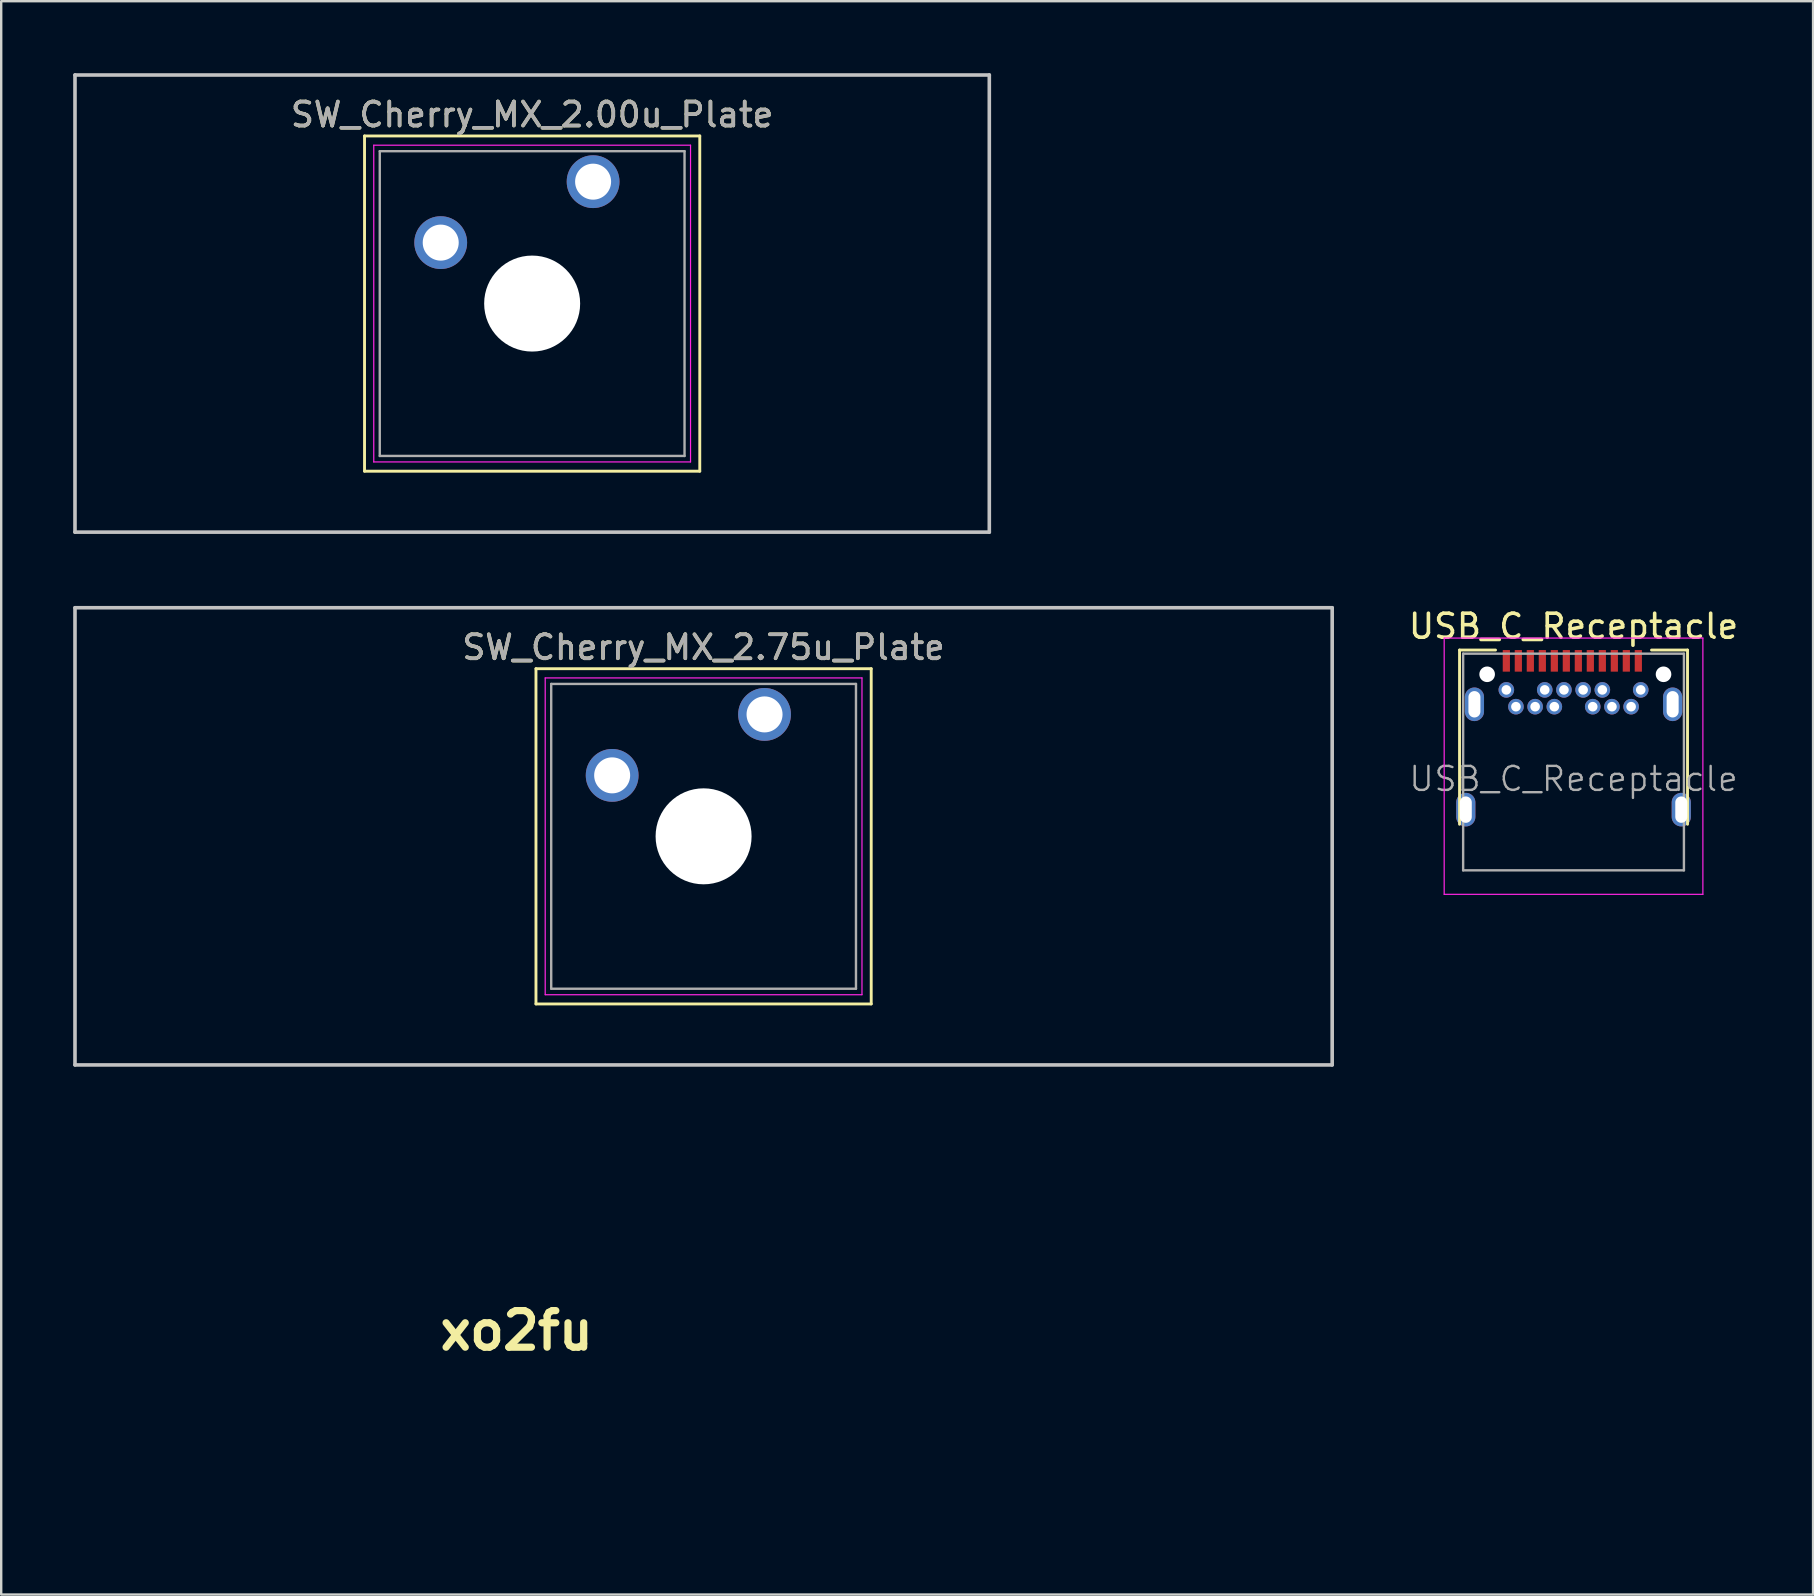
<source format=kicad_pcb>
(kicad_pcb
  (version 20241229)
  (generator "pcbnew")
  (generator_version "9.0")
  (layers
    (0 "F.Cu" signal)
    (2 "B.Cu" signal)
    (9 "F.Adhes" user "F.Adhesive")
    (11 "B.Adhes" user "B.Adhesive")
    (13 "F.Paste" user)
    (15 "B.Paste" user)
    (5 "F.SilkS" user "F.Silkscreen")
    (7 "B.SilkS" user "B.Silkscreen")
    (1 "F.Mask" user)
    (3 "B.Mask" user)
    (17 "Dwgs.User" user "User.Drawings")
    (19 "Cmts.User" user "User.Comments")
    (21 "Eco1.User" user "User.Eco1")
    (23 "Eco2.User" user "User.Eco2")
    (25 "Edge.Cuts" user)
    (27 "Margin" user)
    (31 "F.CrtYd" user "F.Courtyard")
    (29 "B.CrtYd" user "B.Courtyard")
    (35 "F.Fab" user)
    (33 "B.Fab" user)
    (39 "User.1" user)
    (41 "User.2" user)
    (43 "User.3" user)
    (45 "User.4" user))
  (footprint "USB_C_Receptacle"
    (layer "F.Cu")
    (at 58.92 25.048)
    (property "Reference" "USB_C_Receptacle" (at 3.6 -2 0) (layer "F.SilkS") (effects (font (size 1 1) (thickness 0.15))))
    (attr smd)
    (fp_line (start -1.15 -1.01) (end -1.15 6.25) (stroke (width 0.12) (type solid)) (layer "F.SilkS"))
    (fp_line (start -1.15 -1.01) (end 0.35 -1.01) (stroke (width 0.12) (type solid)) (layer "F.SilkS"))
    (fp_line (start 6.85 -1.01) (end 8.35 -1.01) (stroke (width 0.12) (type solid)) (layer "F.SilkS"))
    (fp_line (start 8.35 -1.01) (end 8.35 6.25) (stroke (width 0.12) (type solid)) (layer "F.SilkS"))
    (fp_line (start -1.79 -1.51) (end 8.99 -1.51) (stroke (width 0.05) (type solid)) (layer "F.CrtYd"))
    (fp_line (start -1.79 9.17) (end -1.79 -1.51) (stroke (width 0.05) (type solid)) (layer "F.CrtYd"))
    (fp_line (start 8.99 -1.51) (end 8.99 9.17) (stroke (width 0.05) (type solid)) (layer "F.CrtYd"))
    (fp_line (start 8.99 9.17) (end -1.79 9.17) (stroke (width 0.05) (type solid)) (layer "F.CrtYd"))
    (fp_line (start -1 -0.86) (end 8.2 -0.86) (stroke (width 0.1) (type solid)) (layer "F.Fab"))
    (fp_line (start -1 8.17) (end -1 -0.86) (stroke (width 0.1) (type solid)) (layer "F.Fab"))
    (fp_line (start -1 8.17) (end 8.2 8.17) (stroke (width 0.1) (type solid)) (layer "F.Fab"))
    (fp_line (start 8.2 8.17) (end 8.2 -0.86) (stroke (width 0.1) (type solid)) (layer "F.Fab"))
    (fp_text user "${REFERENCE}" (at 3.6 4.36 0) (layer "F.Fab") (effects (font (size 1 1) (thickness 0.1))))
    (pad "" np_thru_hole circle (at 0 0) (size 0.65 0.65) (drill 0.65) (layers "*.Cu" "*.Mask"))
    (pad "" np_thru_hole circle (at 7.35 0) (size 0.65 0.65) (drill 0.65) (layers "*.Cu" "*.Mask"))
    (pad "A1" smd rect (at 0.8 -0.56) (size 0.3 0.9) (layers "F.Cu" "F.Mask" "F.Paste"))
    (pad "A2" smd rect (at 1.3 -0.56) (size 0.3 0.9) (layers "F.Cu" "F.Mask" "F.Paste"))
    (pad "A3" smd rect (at 1.8 -0.56) (size 0.3 0.9) (layers "F.Cu" "F.Mask" "F.Paste"))
    (pad "A4" smd rect (at 2.3 -0.56) (size 0.3 0.9) (layers "F.Cu" "F.Mask" "F.Paste"))
    (pad "A5" smd rect (at 2.8 -0.56) (size 0.3 0.9) (layers "F.Cu" "F.Mask" "F.Paste"))
    (pad "A6" smd rect (at 3.3 -0.56) (size 0.3 0.9) (layers "F.Cu" "F.Mask" "F.Paste"))
    (pad "A7" smd rect (at 3.8 -0.56) (size 0.3 0.9) (layers "F.Cu" "F.Mask" "F.Paste"))
    (pad "A8" smd rect (at 4.3 -0.56) (size 0.3 0.9) (layers "F.Cu" "F.Mask" "F.Paste"))
    (pad "A9" smd rect (at 4.8 -0.56) (size 0.3 0.9) (layers "F.Cu" "F.Mask" "F.Paste"))
    (pad "A10" smd rect (at 5.3 -0.56) (size 0.3 0.9) (layers "F.Cu" "F.Mask" "F.Paste"))
    (pad "A11" smd rect (at 5.8 -0.56) (size 0.3 0.9) (layers "F.Cu" "F.Mask" "F.Paste"))
    (pad "A12" smd rect (at 6.3 -0.56) (size 0.3 0.9) (layers "F.Cu" "F.Mask" "F.Paste"))
    (pad "B1" thru_hole circle (at 6.4 0.65) (size 0.65 0.65) (drill 0.4) (layers "*.Cu" "*.Mask"))
    (pad "B2" thru_hole circle (at 6 1.35) (size 0.65 0.65) (drill 0.4) (layers "*.Cu" "*.Mask"))
    (pad "B3" thru_hole circle (at 5.2 1.35) (size 0.65 0.65) (drill 0.4) (layers "*.Cu" "*.Mask"))
    (pad "B4" thru_hole circle (at 4.8 0.65) (size 0.65 0.65) (drill 0.4) (layers "*.Cu" "*.Mask"))
    (pad "B5" thru_hole circle (at 4.4 1.35) (size 0.65 0.65) (drill 0.4) (layers "*.Cu" "*.Mask"))
    (pad "B6" thru_hole circle (at 4 0.65) (size 0.65 0.65) (drill 0.4) (layers "*.Cu" "*.Mask"))
    (pad "B7" thru_hole circle (at 3.2 0.65) (size 0.65 0.65) (drill 0.4) (layers "*.Cu" "*.Mask"))
    (pad "B8" thru_hole circle (at 2.8 1.35) (size 0.65 0.65) (drill 0.4) (layers "*.Cu" "*.Mask"))
    (pad "B9" thru_hole circle (at 2.4 0.65) (size 0.65 0.65) (drill 0.4) (layers "*.Cu" "*.Mask"))
    (pad "B10" thru_hole circle (at 2 1.35) (size 0.65 0.65) (drill 0.4) (layers "*.Cu" "*.Mask"))
    (pad "B11" thru_hole circle (at 1.2 1.35) (size 0.65 0.65) (drill 0.4) (layers "*.Cu" "*.Mask"))
    (pad "B12" thru_hole circle (at 0.8 0.65) (size 0.65 0.65) (drill 0.4) (layers "*.Cu" "*.Mask"))
    (pad "S1" thru_hole oval (at -0.89 5.64) (size 0.8 1.4) (drill oval 0.5 1.1) (layers "*.Cu" "*.Mask"))
    (pad "S1" thru_hole oval (at -0.53 1.25) (size 0.8 1.4) (drill oval 0.5 1.1) (layers "*.Cu" "*.Mask"))
    (pad "S1" thru_hole oval (at 7.73 1.25) (size 0.8 1.4) (drill oval 0.5 1.1) (layers "*.Cu" "*.Mask"))
    (pad "S1" thru_hole oval (at 8.09 5.64) (size 0.8 1.4) (drill oval 0.5 1.1) (layers "*.Cu" "*.Mask")))
  (footprint "SW_Cherry_MX_2.00u_Plate"
    (layer "F.Cu")
    (at 21.665 4.52)
    (property "Reference" "SW_Cherry_MX_2.00u_Plate" (at -2.54 -2.794 0) (layer "F.SilkS") (effects (font (size 1 1) (thickness 0.15))))
    (attr through_hole)
    (fp_line (start -9.525 -1.905) (end 4.445 -1.905) (stroke (width 0.12) (type solid)) (layer "F.SilkS"))
    (fp_line (start -9.525 12.065) (end -9.525 -1.905) (stroke (width 0.12) (type solid)) (layer "F.SilkS"))
    (fp_line (start 4.445 -1.905) (end 4.445 12.065) (stroke (width 0.12) (type solid)) (layer "F.SilkS"))
    (fp_line (start 4.445 12.065) (end -9.525 12.065) (stroke (width 0.12) (type solid)) (layer "F.SilkS"))
    (fp_line (start -21.59 -4.445) (end 16.51 -4.445) (stroke (width 0.15) (type solid)) (layer "Dwgs.User"))
    (fp_line (start -21.59 14.605) (end -21.59 -4.445) (stroke (width 0.15) (type solid)) (layer "Dwgs.User"))
    (fp_line (start 16.51 -4.445) (end 16.51 14.605) (stroke (width 0.15) (type solid)) (layer "Dwgs.User"))
    (fp_line (start 16.51 14.605) (end -21.59 14.605) (stroke (width 0.15) (type solid)) (layer "Dwgs.User"))
    (fp_line (start -9.14 -1.52) (end 4.06 -1.52) (stroke (width 0.05) (type solid)) (layer "F.CrtYd"))
    (fp_line (start -9.14 11.68) (end -9.14 -1.52) (stroke (width 0.05) (type solid)) (layer "F.CrtYd"))
    (fp_line (start 4.06 -1.52) (end 4.06 11.68) (stroke (width 0.05) (type solid)) (layer "F.CrtYd"))
    (fp_line (start 4.06 11.68) (end -9.14 11.68) (stroke (width 0.05) (type solid)) (layer "F.CrtYd"))
    (fp_line (start -8.89 -1.27) (end 3.81 -1.27) (stroke (width 0.1) (type solid)) (layer "F.Fab"))
    (fp_line (start -8.89 11.43) (end -8.89 -1.27) (stroke (width 0.1) (type solid)) (layer "F.Fab"))
    (fp_line (start 3.81 -1.27) (end 3.81 11.43) (stroke (width 0.1) (type solid)) (layer "F.Fab"))
    (fp_line (start 3.81 11.43) (end -8.89 11.43) (stroke (width 0.1) (type solid)) (layer "F.Fab"))
    (fp_text user "${REFERENCE}" (at -2.54 -2.794 0) (layer "F.Fab") (effects (font (size 1 1) (thickness 0.15))))
    (pad "" np_thru_hole circle (at -2.54 5.08) (size 4 4) (drill 4) (layers "*.Cu" "*.Mask"))
    (pad "1" thru_hole circle (at 0 0) (size 2.2 2.2) (drill 1.5) (layers "*.Cu" "*.Mask"))
    (pad "2" thru_hole circle (at -6.35 2.54) (size 2.2 2.2) (drill 1.5) (layers "*.Cu" "*.Mask")))
  (footprint "xo2fu"
    (layer "F.Cu")
    (at 18.478 52.398)
    (property "Reference" "xo2fu" (at 0 0 0) (layer "F.SilkS") (effects (font (size 1.524 1.524) (thickness 0.3))))
    (attr through_hole)
    (fp_poly (pts (xy -4.233 -2.495) (xy -3.669 -2.046) (xy -3.313 -1.35) (xy -3.198 -0.5) (xy -3.327 0.352) (xy -3.676 1.037) (xy -4.194 1.51) (xy -4.828 1.725) (xy -5.526 1.635) (xy -5.595 1.608) (xy -6.143 1.205) (xy -6.537 0.561) (xy -6.744 -0.234) (xy -6.728 -1.085) (xy -6.681 -1.316) (xy -6.366 -1.927) (xy -5.825 -2.401) (xy -5.177 -2.644) (xy -4.975 -2.658) (xy -4.233 -2.495)) (stroke (width 0.01) (type solid)) (fill no) (layer "Eco2.User"))
    (fp_poly (pts (xy 18.473 7.993) (xy -18.473 7.993) (xy -18.473 2.205) (xy -12.611 2.205) (xy -12.459 2.284) (xy -12.174 2.309) (xy -11.878 2.232) (xy -11.56 1.966) (xy -11.159 1.455) (xy -10.999 1.224) (xy -10.262 0.138) (xy -9.549 1.224) (xy -9.145 1.804) (xy -8.841 2.135) (xy -8.565 2.282) (xy -8.322 2.309) (xy -7.809 2.309) (xy -8.778 0.863) (xy -9.712 -0.533) (xy -7.634 -0.533) (xy -7.483 0.518) (xy -7.074 1.366) (xy -6.452 1.981) (xy -5.665 2.335) (xy -4.758 2.4) (xy -4.408 2.309) (xy -1.992 2.309) (xy -0.108 2.309) (xy 0.729 2.305) (xy 1.273 2.284) (xy 1.587 2.234) (xy 1.734 2.145) (xy 1.775 2.003) (xy 1.776 1.954) (xy 1.745 1.773) (xy 1.603 1.667) (xy 1.276 1.615) (xy 0.692 1.599) (xy 0.429 1.599) (xy -0.304 1.58) (xy -0.715 1.504) (xy -0.807 1.343) (xy -0.584 1.068) (xy -0.051 0.651) (xy 0.257 0.431) (xy 1.083 -0.236) (xy 1.582 -0.861) (xy 1.771 -1.484) (xy 1.67 -2.144) (xy 1.579 -2.37) (xy 1.196 -2.821) (xy 0.601 -3.11) (xy -0.02 -3.197) (xy 2.842 -3.197) (xy 2.842 -0.444) (xy 2.844 0.599) (xy 2.855 1.34) (xy 2.882 1.828) (xy 2.931 2.118) (xy 3.009 2.259) (xy 3.122 2.306) (xy 3.197 2.309) (xy 3.384 2.275) (xy 3.491 2.123) (xy 3.54 1.777) (xy 3.552 1.16) (xy 3.552 1.074) (xy 3.552 -0.162) (xy 4.838 -0.214) (xy 5.526 -0.257) (xy 5.931 -0.328) (xy 6.129 -0.448) (xy 6.184 -0.577) (xy 6.174 -0.736) (xy 6.027 -0.83) (xy 5.672 -0.875) (xy 5.043 -0.888) (xy 4.898 -0.888) (xy 3.552 -0.888) (xy 3.552 -2.487) (xy 4.973 -2.487) (xy 5.681 -2.494) (xy 6.106 -2.528) (xy 6.318 -2.607) (xy 6.389 -2.748) (xy 6.394 -2.842) (xy 6.37 -3.004) (xy 6.254 -3.107) (xy 5.982 -3.165) (xy 5.49 -3.191) (xy 4.713 -3.197) (xy 4.618 -3.197) (xy 7.068 -3.197) (xy 7.136 -1.021) (xy 7.19 0.112) (xy 7.276 0.916) (xy 7.395 1.417) (xy 7.46 1.549) (xy 7.953 2.007) (xy 8.662 2.293) (xy 9.483 2.389) (xy 10.312 2.277) (xy 10.755 2.11) (xy 11.094 1.892) (xy 11.337 1.582) (xy 11.503 1.122) (xy 11.609 0.452) (xy 11.673 -0.487) (xy 11.692 -1.021) (xy 11.76 -3.197) (xy 10.835 -3.197) (xy 10.835 -1.194) (xy 10.815 -0.143) (xy 10.743 0.609) (xy 10.6 1.117) (xy 10.368 1.436) (xy 10.029 1.622) (xy 9.875 1.667) (xy 9.269 1.669) (xy 8.651 1.446) (xy 8.235 1.103) (xy 8.113 0.758) (xy 8.035 0.094) (xy 8.001 -0.903) (xy 7.999 -1.199) (xy 7.993 -3.197) (xy 7.068 -3.197) (xy 4.618 -3.197) (xy 2.842 -3.197) (xy -0.02 -3.197) (xy -0.089 -3.207) (xy -0.755 -3.081) (xy -0.898 -3.014) (xy -1.249 -2.69) (xy -1.569 -2.187) (xy -1.759 -1.676) (xy -1.776 -1.519) (xy -1.674 -1.268) (xy -1.43 -1.253) (xy -1.135 -1.442) (xy -0.883 -1.805) (xy -0.876 -1.821) (xy -0.526 -2.283) (xy -0.061 -2.486) (xy 0.418 -2.412) (xy 0.794 -2.075) (xy 0.961 -1.565) (xy 0.789 -1.044) (xy 0.273 -0.501) (xy -0.208 -0.158) (xy -1.114 0.556) (xy -1.684 1.327) (xy -1.872 1.831) (xy -1.992 2.309) (xy -4.408 2.309) (xy -3.778 2.146) (xy -3.499 2.015) (xy -2.973 1.559) (xy -2.585 0.856) (xy -2.373 -0.001) (xy -2.363 -0.828) (xy -2.6 -1.788) (xy -3.051 -2.521) (xy -3.66 -3.029) (xy -4.371 -3.317) (xy -5.128 -3.387) (xy -5.874 -3.242) (xy -6.554 -2.885) (xy -7.111 -2.32) (xy -7.49 -1.55) (xy -7.634 -0.578) (xy -7.634 -0.533) (xy -9.712 -0.533) (xy -9.746 -0.584) (xy -7.982 -3.197) (xy -8.476 -3.195) (xy -8.79 -3.137) (xy -9.08 -2.923) (xy -9.423 -2.487) (xy -9.616 -2.196) (xy -10.263 -1.199) (xy -10.902 -2.198) (xy -11.302 -2.772) (xy -11.618 -3.083) (xy -11.916 -3.194) (xy -11.987 -3.197) (xy -12.323 -3.166) (xy -12.434 -3.106) (xy -12.342 -2.927) (xy -12.097 -2.528) (xy -11.747 -1.983) (xy -11.61 -1.777) (xy -10.787 -0.539) (xy -11.699 0.781) (xy -12.102 1.375) (xy -12.414 1.856) (xy -12.589 2.151) (xy -12.611 2.205) (xy -18.473 2.205) (xy -18.473 -7.993) (xy 18.473 -7.993) (xy 18.473 7.993)) (stroke (width 0.01) (type solid)) (fill no) (layer "Eco2.User")))
  (footprint "SW_Cherry_MX_2.75u_Plate"
    (layer "F.Cu")
    (at 28.809 26.72)
    (property "Reference" "SW_Cherry_MX_2.75u_Plate" (at -2.54 -2.794 0) (layer "F.SilkS") (effects (font (size 1 1) (thickness 0.15))))
    (attr through_hole)
    (fp_line (start -9.525 -1.905) (end 4.445 -1.905) (stroke (width 0.12) (type solid)) (layer "F.SilkS"))
    (fp_line (start -9.525 12.065) (end -9.525 -1.905) (stroke (width 0.12) (type solid)) (layer "F.SilkS"))
    (fp_line (start 4.445 -1.905) (end 4.445 12.065) (stroke (width 0.12) (type solid)) (layer "F.SilkS"))
    (fp_line (start 4.445 12.065) (end -9.525 12.065) (stroke (width 0.12) (type solid)) (layer "F.SilkS"))
    (fp_line (start -28.734 -4.445) (end 23.654 -4.445) (stroke (width 0.15) (type solid)) (layer "Dwgs.User"))
    (fp_line (start -28.734 14.605) (end -28.734 -4.445) (stroke (width 0.15) (type solid)) (layer "Dwgs.User"))
    (fp_line (start 23.654 -4.445) (end 23.654 14.605) (stroke (width 0.15) (type solid)) (layer "Dwgs.User"))
    (fp_line (start 23.654 14.605) (end -28.734 14.605) (stroke (width 0.15) (type solid)) (layer "Dwgs.User"))
    (fp_line (start -9.14 -1.52) (end 4.06 -1.52) (stroke (width 0.05) (type solid)) (layer "F.CrtYd"))
    (fp_line (start -9.14 11.68) (end -9.14 -1.52) (stroke (width 0.05) (type solid)) (layer "F.CrtYd"))
    (fp_line (start 4.06 -1.52) (end 4.06 11.68) (stroke (width 0.05) (type solid)) (layer "F.CrtYd"))
    (fp_line (start 4.06 11.68) (end -9.14 11.68) (stroke (width 0.05) (type solid)) (layer "F.CrtYd"))
    (fp_line (start -8.89 -1.27) (end 3.81 -1.27) (stroke (width 0.1) (type solid)) (layer "F.Fab"))
    (fp_line (start -8.89 11.43) (end -8.89 -1.27) (stroke (width 0.1) (type solid)) (layer "F.Fab"))
    (fp_line (start 3.81 -1.27) (end 3.81 11.43) (stroke (width 0.1) (type solid)) (layer "F.Fab"))
    (fp_line (start 3.81 11.43) (end -8.89 11.43) (stroke (width 0.1) (type solid)) (layer "F.Fab"))
    (fp_text user "${REFERENCE}" (at -2.54 -2.794 0) (layer "F.Fab") (effects (font (size 1 1) (thickness 0.15))))
    (pad "" np_thru_hole circle (at -2.54 5.08) (size 4 4) (drill 4) (layers "*.Cu" "*.Mask"))
    (pad "1" thru_hole circle (at 0 0) (size 2.2 2.2) (drill 1.5) (layers "*.Cu" "*.Mask"))
    (pad "2" thru_hole circle (at -6.35 2.54) (size 2.2 2.2) (drill 1.5) (layers "*.Cu" "*.Mask")))
  (gr_rect
    (start -3 -3)
    (end 72.502 63.396)
    (stroke (width 0.1) (type default))
    (fill no)
    (layer "Edge.Cuts")))
</source>
